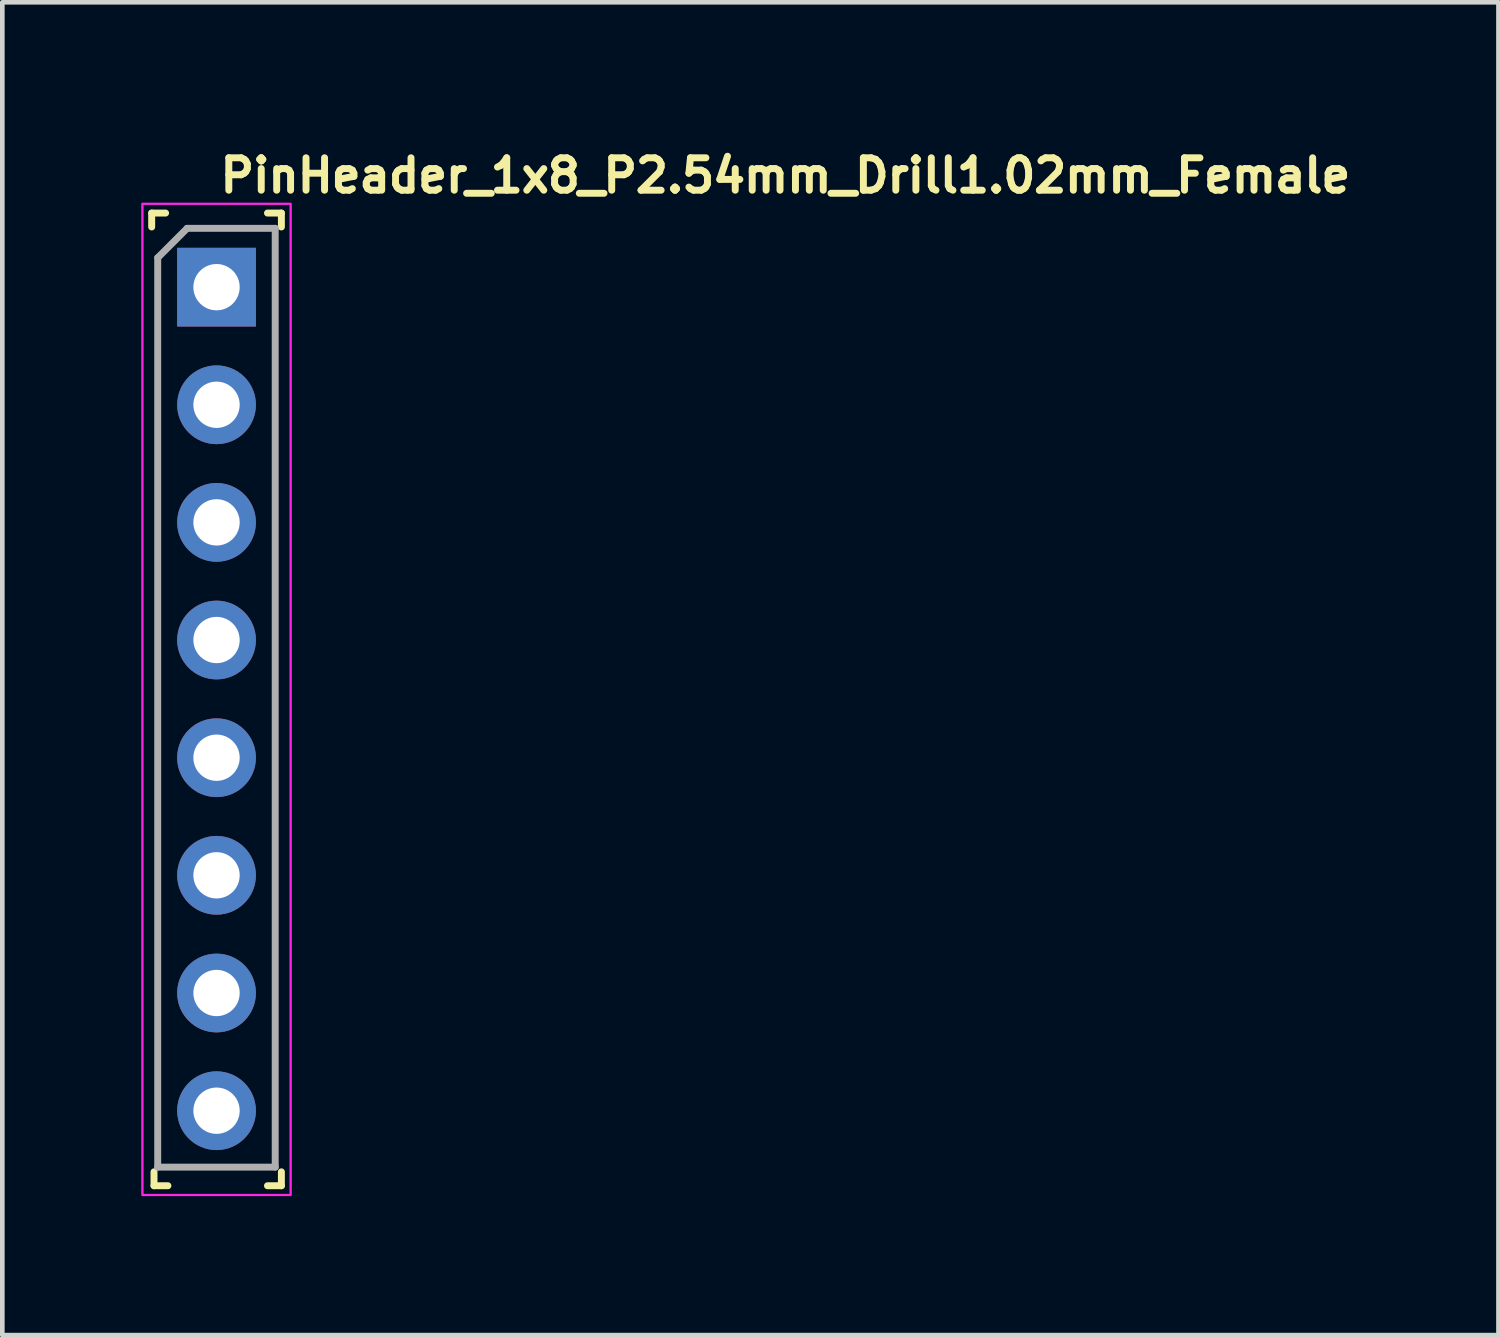
<source format=kicad_pcb>
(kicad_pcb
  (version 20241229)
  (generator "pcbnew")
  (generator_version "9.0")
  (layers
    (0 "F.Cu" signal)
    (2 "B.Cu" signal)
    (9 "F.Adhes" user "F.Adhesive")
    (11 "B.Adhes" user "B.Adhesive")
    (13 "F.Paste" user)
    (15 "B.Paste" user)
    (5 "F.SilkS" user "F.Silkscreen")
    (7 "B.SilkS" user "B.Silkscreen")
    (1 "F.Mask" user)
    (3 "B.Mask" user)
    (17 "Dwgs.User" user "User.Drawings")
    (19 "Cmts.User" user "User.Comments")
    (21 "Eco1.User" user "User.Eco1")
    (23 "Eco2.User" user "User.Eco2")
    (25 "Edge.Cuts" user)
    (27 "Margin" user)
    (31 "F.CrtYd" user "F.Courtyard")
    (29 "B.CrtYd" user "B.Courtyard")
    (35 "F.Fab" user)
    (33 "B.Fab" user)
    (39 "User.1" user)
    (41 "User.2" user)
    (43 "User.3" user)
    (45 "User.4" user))
  (footprint "PinHeader_1x8_P2.54mm_Drill1.02mm_Female"
    (layer "F.Cu")
    (at 1.625 3.15)
    (property "Reference" "PinHeader_1x8_P2.54mm_Drill1.02mm_Female" (at 0 -2 0) (layer "F.SilkS") (effects (font (size 0.7 0.7) (thickness 0.15)) (justify left bottom)))
    (attr through_hole)
    (fp_line (start -1.4 -1.6) (end -1.4 -1.3) (stroke (width 0.15) (type solid)) (layer "F.SilkS"))
    (fp_line (start -1.4 -1.6) (end -1.1 -1.6) (stroke (width 0.15) (type solid)) (layer "F.SilkS"))
    (fp_line (start -1.35 19.4) (end -1.35 19.1) (stroke (width 0.15) (type solid)) (layer "F.SilkS"))
    (fp_line (start -1.35 19.4) (end -1.05 19.4) (stroke (width 0.15) (type solid)) (layer "F.SilkS"))
    (fp_line (start 1.4 -1.6) (end 1.1 -1.6) (stroke (width 0.15) (type solid)) (layer "F.SilkS"))
    (fp_line (start 1.4 -1.6) (end 1.4 -1.3) (stroke (width 0.15) (type solid)) (layer "F.SilkS"))
    (fp_line (start 1.4 19.4) (end 1.1 19.4) (stroke (width 0.15) (type solid)) (layer "F.SilkS"))
    (fp_line (start 1.4 19.4) (end 1.4 19.1) (stroke (width 0.15) (type solid)) (layer "F.SilkS"))
    (fp_rect (start -1.6 -1.8) (end 1.6 19.6) (stroke (width 0.05) (type solid)) (fill no) (layer "F.CrtYd"))
    (fp_line (start -1.27 -0.635) (end -0.635 -1.27) (stroke (width 0.15) (type solid)) (layer "F.Fab"))
    (fp_line (start -1.27 18.998) (end -1.27 -0.635) (stroke (width 0.15) (type solid)) (layer "F.Fab"))
    (fp_line (start -0.635 -1.27) (end 1.267 -1.27) (stroke (width 0.15) (type solid)) (layer "F.Fab"))
    (fp_line (start 1.267 -1.27) (end 1.267 18.998) (stroke (width 0.15) (type solid)) (layer "F.Fab"))
    (fp_line (start 1.267 18.998) (end -1.27 18.998) (stroke (width 0.15) (type solid)) (layer "F.Fab"))
    (fp_rect (start -1.27 -1.524) (end 1.269 19.304) (stroke (width 0.1) (type solid)) (fill no) (layer "User.5"))
    (fp_line (start -1.27 -1.524) (end -1.27 19.304) (stroke (width 0.02) (type solid)) (layer "User.9"))
    (fp_line (start -1.27 19.304) (end 1.269 19.304) (stroke (width 0.02) (type solid)) (layer "User.9"))
    (fp_line (start -0.762 -0.762) (end 0.76 -0.762) (stroke (width 0.02) (type solid)) (layer "User.9"))
    (fp_line (start -0.762 0.76) (end -0.762 -0.762) (stroke (width 0.02) (type solid)) (layer "User.9"))
    (fp_line (start -0.762 0.76) (end -0.381 0.379) (stroke (width 0.02) (type solid)) (layer "User.9"))
    (fp_line (start -0.762 1.777) (end 0.76 1.777) (stroke (width 0.02) (type solid)) (layer "User.9"))
    (fp_line (start -0.762 3.301) (end -0.762 1.777) (stroke (width 0.02) (type solid)) (layer "User.9"))
    (fp_line (start -0.762 3.301) (end -0.381 2.919) (stroke (width 0.02) (type solid)) (layer "User.9"))
    (fp_line (start -0.762 4.317) (end 0.76 4.317) (stroke (width 0.02) (type solid)) (layer "User.9"))
    (fp_line (start -0.762 5.841) (end -0.762 4.317) (stroke (width 0.02) (type solid)) (layer "User.9"))
    (fp_line (start -0.762 5.841) (end -0.381 5.461) (stroke (width 0.02) (type solid)) (layer "User.9"))
    (fp_line (start -0.762 6.857) (end 0.76 6.857) (stroke (width 0.02) (type solid)) (layer "User.9"))
    (fp_line (start -0.762 8.381) (end -0.762 6.857) (stroke (width 0.02) (type solid)) (layer "User.9"))
    (fp_line (start -0.762 8.381) (end -0.381 7.999) (stroke (width 0.02) (type solid)) (layer "User.9"))
    (fp_line (start -0.762 9.397) (end 0.76 9.397) (stroke (width 0.02) (type solid)) (layer "User.9"))
    (fp_line (start -0.762 10.922) (end -0.762 9.397) (stroke (width 0.02) (type solid)) (layer "User.9"))
    (fp_line (start -0.762 10.922) (end -0.381 10.541) (stroke (width 0.02) (type solid)) (layer "User.9"))
    (fp_line (start -0.762 11.938) (end 0.76 11.938) (stroke (width 0.02) (type solid)) (layer "User.9"))
    (fp_line (start -0.762 13.461) (end -0.762 11.938) (stroke (width 0.02) (type solid)) (layer "User.9"))
    (fp_line (start -0.762 13.461) (end -0.381 13.079) (stroke (width 0.02) (type solid)) (layer "User.9"))
    (fp_line (start -0.762 14.477) (end 0.76 14.477) (stroke (width 0.02) (type solid)) (layer "User.9"))
    (fp_line (start -0.762 16.001) (end -0.762 14.477) (stroke (width 0.02) (type solid)) (layer "User.9"))
    (fp_line (start -0.762 16.001) (end -0.381 15.621) (stroke (width 0.02) (type solid)) (layer "User.9"))
    (fp_line (start -0.762 17.018) (end -0.381 17.399) (stroke (width 0.02) (type solid)) (layer "User.9"))
    (fp_line (start -0.762 17.018) (end 0.76 17.018) (stroke (width 0.02) (type solid)) (layer "User.9"))
    (fp_line (start -0.762 18.542) (end -0.762 17.018) (stroke (width 0.02) (type solid)) (layer "User.9"))
    (fp_line (start -0.762 18.542) (end -0.381 18.159) (stroke (width 0.02) (type solid)) (layer "User.9"))
    (fp_line (start -0.381 -0.381) (end -0.762 -0.762) (stroke (width 0.02) (type solid)) (layer "User.9"))
    (fp_line (start -0.381 -0.381) (end -0.381 0.379) (stroke (width 0.02) (type solid)) (layer "User.9"))
    (fp_line (start -0.381 0.379) (end 0.379 0.379) (stroke (width 0.02) (type solid)) (layer "User.9"))
    (fp_line (start -0.381 2.157) (end -0.762 1.777) (stroke (width 0.02) (type solid)) (layer "User.9"))
    (fp_line (start -0.381 2.157) (end -0.381 2.919) (stroke (width 0.02) (type solid)) (layer "User.9"))
    (fp_line (start -0.381 2.919) (end 0.379 2.919) (stroke (width 0.02) (type solid)) (layer "User.9"))
    (fp_line (start -0.381 4.698) (end -0.762 4.317) (stroke (width 0.02) (type solid)) (layer "User.9"))
    (fp_line (start -0.381 4.698) (end -0.381 5.461) (stroke (width 0.02) (type solid)) (layer "User.9"))
    (fp_line (start -0.381 5.461) (end 0.379 5.461) (stroke (width 0.02) (type solid)) (layer "User.9"))
    (fp_line (start -0.381 7.238) (end -0.762 6.857) (stroke (width 0.02) (type solid)) (layer "User.9"))
    (fp_line (start -0.381 7.238) (end -0.381 7.999) (stroke (width 0.02) (type solid)) (layer "User.9"))
    (fp_line (start -0.381 7.999) (end 0.379 7.999) (stroke (width 0.02) (type solid)) (layer "User.9"))
    (fp_line (start -0.381 9.778) (end -0.762 9.397) (stroke (width 0.02) (type solid)) (layer "User.9"))
    (fp_line (start -0.381 9.778) (end -0.381 10.541) (stroke (width 0.02) (type solid)) (layer "User.9"))
    (fp_line (start -0.381 10.541) (end 0.379 10.541) (stroke (width 0.02) (type solid)) (layer "User.9"))
    (fp_line (start -0.381 12.319) (end -0.762 11.938) (stroke (width 0.02) (type solid)) (layer "User.9"))
    (fp_line (start -0.381 12.319) (end -0.381 13.079) (stroke (width 0.02) (type solid)) (layer "User.9"))
    (fp_line (start -0.381 13.079) (end 0.379 13.079) (stroke (width 0.02) (type solid)) (layer "User.9"))
    (fp_line (start -0.381 14.858) (end -0.762 14.477) (stroke (width 0.02) (type solid)) (layer "User.9"))
    (fp_line (start -0.381 14.858) (end -0.381 15.621) (stroke (width 0.02) (type solid)) (layer "User.9"))
    (fp_line (start -0.381 15.621) (end 0.379 15.621) (stroke (width 0.02) (type solid)) (layer "User.9"))
    (fp_line (start -0.381 17.399) (end -0.381 18.159) (stroke (width 0.02) (type solid)) (layer "User.9"))
    (fp_line (start -0.381 18.159) (end 0.379 18.159) (stroke (width 0.02) (type solid)) (layer "User.9"))
    (fp_line (start -0.205 -0.381) (end -0.205 -0.103) (stroke (width 0.02) (type solid)) (layer "User.9"))
    (fp_line (start -0.205 -0.103) (end -0.205 0.101) (stroke (width 0.02) (type solid)) (layer "User.9"))
    (fp_line (start -0.205 0.101) (end -0.205 0.379) (stroke (width 0.02) (type solid)) (layer "User.9"))
    (fp_line (start -0.205 2.157) (end -0.205 2.438) (stroke (width 0.02) (type solid)) (layer "User.9"))
    (fp_line (start -0.205 2.438) (end -0.205 2.64) (stroke (width 0.02) (type solid)) (layer "User.9"))
    (fp_line (start -0.205 2.64) (end -0.205 2.919) (stroke (width 0.02) (type solid)) (layer "User.9"))
    (fp_line (start -0.205 4.698) (end -0.205 4.977) (stroke (width 0.02) (type solid)) (layer "User.9"))
    (fp_line (start -0.205 4.977) (end -0.205 5.18) (stroke (width 0.02) (type solid)) (layer "User.9"))
    (fp_line (start -0.205 5.18) (end -0.205 5.461) (stroke (width 0.02) (type solid)) (layer "User.9"))
    (fp_line (start -0.205 7.238) (end -0.205 7.517) (stroke (width 0.02) (type solid)) (layer "User.9"))
    (fp_line (start -0.205 7.517) (end -0.205 7.72) (stroke (width 0.02) (type solid)) (layer "User.9"))
    (fp_line (start -0.205 7.72) (end -0.205 7.999) (stroke (width 0.02) (type solid)) (layer "User.9"))
    (fp_line (start -0.205 9.778) (end -0.205 10.057) (stroke (width 0.02) (type solid)) (layer "User.9"))
    (fp_line (start -0.205 10.057) (end -0.205 10.261) (stroke (width 0.02) (type solid)) (layer "User.9"))
    (fp_line (start -0.205 10.261) (end -0.205 10.541) (stroke (width 0.02) (type solid)) (layer "User.9"))
    (fp_line (start -0.205 12.319) (end -0.205 12.598) (stroke (width 0.02) (type solid)) (layer "User.9"))
    (fp_line (start -0.205 12.598) (end -0.205 12.8) (stroke (width 0.02) (type solid)) (layer "User.9"))
    (fp_line (start -0.205 12.8) (end -0.205 13.079) (stroke (width 0.02) (type solid)) (layer "User.9"))
    (fp_line (start -0.205 14.858) (end -0.205 15.137) (stroke (width 0.02) (type solid)) (layer "User.9"))
    (fp_line (start -0.205 15.137) (end -0.205 15.341) (stroke (width 0.02) (type solid)) (layer "User.9"))
    (fp_line (start -0.205 15.341) (end -0.205 15.621) (stroke (width 0.02) (type solid)) (layer "User.9"))
    (fp_line (start -0.205 17.399) (end -0.205 17.678) (stroke (width 0.02) (type solid)) (layer "User.9"))
    (fp_line (start -0.205 17.678) (end -0.205 17.88) (stroke (width 0.02) (type solid)) (layer "User.9"))
    (fp_line (start -0.205 17.88) (end -0.205 18.159) (stroke (width 0.02) (type solid)) (layer "User.9"))
    (fp_line (start 0.203 -0.381) (end 0.203 -0.103) (stroke (width 0.02) (type solid)) (layer "User.9"))
    (fp_line (start 0.203 -0.103) (end -0.205 -0.103) (stroke (width 0.02) (type solid)) (layer "User.9"))
    (fp_line (start 0.203 -0.103) (end 0.203 0.101) (stroke (width 0.02) (type solid)) (layer "User.9"))
    (fp_line (start 0.203 0.101) (end -0.205 0.101) (stroke (width 0.02) (type solid)) (layer "User.9"))
    (fp_line (start 0.203 0.101) (end 0.203 0.379) (stroke (width 0.02) (type solid)) (layer "User.9"))
    (fp_line (start 0.203 2.157) (end 0.203 2.438) (stroke (width 0.02) (type solid)) (layer "User.9"))
    (fp_line (start 0.203 2.438) (end -0.205 2.438) (stroke (width 0.02) (type solid)) (layer "User.9"))
    (fp_line (start 0.203 2.438) (end 0.203 2.64) (stroke (width 0.02) (type solid)) (layer "User.9"))
    (fp_line (start 0.203 2.64) (end -0.205 2.64) (stroke (width 0.02) (type solid)) (layer "User.9"))
    (fp_line (start 0.203 2.64) (end 0.203 2.919) (stroke (width 0.02) (type solid)) (layer "User.9"))
    (fp_line (start 0.203 4.698) (end 0.203 4.977) (stroke (width 0.02) (type solid)) (layer "User.9"))
    (fp_line (start 0.203 4.977) (end -0.205 4.977) (stroke (width 0.02) (type solid)) (layer "User.9"))
    (fp_line (start 0.203 4.977) (end 0.203 5.18) (stroke (width 0.02) (type solid)) (layer "User.9"))
    (fp_line (start 0.203 5.18) (end -0.205 5.18) (stroke (width 0.02) (type solid)) (layer "User.9"))
    (fp_line (start 0.203 5.18) (end 0.203 5.461) (stroke (width 0.02) (type solid)) (layer "User.9"))
    (fp_line (start 0.203 7.238) (end 0.203 7.517) (stroke (width 0.02) (type solid)) (layer "User.9"))
    (fp_line (start 0.203 7.517) (end -0.205 7.517) (stroke (width 0.02) (type solid)) (layer "User.9"))
    (fp_line (start 0.203 7.517) (end 0.203 7.72) (stroke (width 0.02) (type solid)) (layer "User.9"))
    (fp_line (start 0.203 7.72) (end -0.205 7.72) (stroke (width 0.02) (type solid)) (layer "User.9"))
    (fp_line (start 0.203 7.72) (end 0.203 7.999) (stroke (width 0.02) (type solid)) (layer "User.9"))
    (fp_line (start 0.203 9.778) (end 0.203 10.057) (stroke (width 0.02) (type solid)) (layer "User.9"))
    (fp_line (start 0.203 10.057) (end -0.205 10.057) (stroke (width 0.02) (type solid)) (layer "User.9"))
    (fp_line (start 0.203 10.057) (end 0.203 10.261) (stroke (width 0.02) (type solid)) (layer "User.9"))
    (fp_line (start 0.203 10.261) (end -0.205 10.261) (stroke (width 0.02) (type solid)) (layer "User.9"))
    (fp_line (start 0.203 10.261) (end 0.203 10.541) (stroke (width 0.02) (type solid)) (layer "User.9"))
    (fp_line (start 0.203 12.319) (end 0.203 12.598) (stroke (width 0.02) (type solid)) (layer "User.9"))
    (fp_line (start 0.203 12.598) (end -0.205 12.598) (stroke (width 0.02) (type solid)) (layer "User.9"))
    (fp_line (start 0.203 12.598) (end 0.203 12.8) (stroke (width 0.02) (type solid)) (layer "User.9"))
    (fp_line (start 0.203 12.8) (end -0.205 12.8) (stroke (width 0.02) (type solid)) (layer "User.9"))
    (fp_line (start 0.203 12.8) (end 0.203 13.079) (stroke (width 0.02) (type solid)) (layer "User.9"))
    (fp_line (start 0.203 14.858) (end 0.203 15.137) (stroke (width 0.02) (type solid)) (layer "User.9"))
    (fp_line (start 0.203 15.137) (end -0.205 15.137) (stroke (width 0.02) (type solid)) (layer "User.9"))
    (fp_line (start 0.203 15.137) (end 0.203 15.341) (stroke (width 0.02) (type solid)) (layer "User.9"))
    (fp_line (start 0.203 15.341) (end -0.205 15.341) (stroke (width 0.02) (type solid)) (layer "User.9"))
    (fp_line (start 0.203 15.341) (end 0.203 15.621) (stroke (width 0.02) (type solid)) (layer "User.9"))
    (fp_line (start 0.203 17.399) (end 0.203 17.678) (stroke (width 0.02) (type solid)) (layer "User.9"))
    (fp_line (start 0.203 17.678) (end -0.205 17.678) (stroke (width 0.02) (type solid)) (layer "User.9"))
    (fp_line (start 0.203 17.678) (end 0.203 17.88) (stroke (width 0.02) (type solid)) (layer "User.9"))
    (fp_line (start 0.203 17.88) (end -0.205 17.88) (stroke (width 0.02) (type solid)) (layer "User.9"))
    (fp_line (start 0.203 17.88) (end 0.203 18.159) (stroke (width 0.02) (type solid)) (layer "User.9"))
    (fp_line (start 0.379 -0.381) (end -0.381 -0.381) (stroke (width 0.02) (type solid)) (layer "User.9"))
    (fp_line (start 0.379 -0.381) (end 0.76 -0.762) (stroke (width 0.02) (type solid)) (layer "User.9"))
    (fp_line (start 0.379 0.379) (end 0.379 -0.381) (stroke (width 0.02) (type solid)) (layer "User.9"))
    (fp_line (start 0.379 2.157) (end -0.381 2.157) (stroke (width 0.02) (type solid)) (layer "User.9"))
    (fp_line (start 0.379 2.157) (end 0.76 1.777) (stroke (width 0.02) (type solid)) (layer "User.9"))
    (fp_line (start 0.379 2.919) (end 0.379 2.157) (stroke (width 0.02) (type solid)) (layer "User.9"))
    (fp_line (start 0.379 4.698) (end -0.381 4.698) (stroke (width 0.02) (type solid)) (layer "User.9"))
    (fp_line (start 0.379 4.698) (end 0.76 4.317) (stroke (width 0.02) (type solid)) (layer "User.9"))
    (fp_line (start 0.379 5.461) (end 0.379 4.698) (stroke (width 0.02) (type solid)) (layer "User.9"))
    (fp_line (start 0.379 7.238) (end -0.381 7.238) (stroke (width 0.02) (type solid)) (layer "User.9"))
    (fp_line (start 0.379 7.238) (end 0.76 6.857) (stroke (width 0.02) (type solid)) (layer "User.9"))
    (fp_line (start 0.379 7.999) (end 0.379 7.238) (stroke (width 0.02) (type solid)) (layer "User.9"))
    (fp_line (start 0.379 9.778) (end -0.381 9.778) (stroke (width 0.02) (type solid)) (layer "User.9"))
    (fp_line (start 0.379 9.778) (end 0.76 9.397) (stroke (width 0.02) (type solid)) (layer "User.9"))
    (fp_line (start 0.379 10.541) (end 0.379 9.778) (stroke (width 0.02) (type solid)) (layer "User.9"))
    (fp_line (start 0.379 12.319) (end -0.381 12.319) (stroke (width 0.02) (type solid)) (layer "User.9"))
    (fp_line (start 0.379 12.319) (end 0.76 11.938) (stroke (width 0.02) (type solid)) (layer "User.9"))
    (fp_line (start 0.379 13.079) (end 0.379 12.319) (stroke (width 0.02) (type solid)) (layer "User.9"))
    (fp_line (start 0.379 14.858) (end -0.381 14.858) (stroke (width 0.02) (type solid)) (layer "User.9"))
    (fp_line (start 0.379 14.858) (end 0.76 14.477) (stroke (width 0.02) (type solid)) (layer "User.9"))
    (fp_line (start 0.379 15.621) (end 0.379 14.858) (stroke (width 0.02) (type solid)) (layer "User.9"))
    (fp_line (start 0.379 17.399) (end -0.381 17.399) (stroke (width 0.02) (type solid)) (layer "User.9"))
    (fp_line (start 0.379 17.399) (end 0.76 17.018) (stroke (width 0.02) (type solid)) (layer "User.9"))
    (fp_line (start 0.379 18.159) (end 0.379 17.399) (stroke (width 0.02) (type solid)) (layer "User.9"))
    (fp_line (start 0.379 18.159) (end 0.76 18.542) (stroke (width 0.02) (type solid)) (layer "User.9"))
    (fp_line (start 0.76 -0.762) (end 0.76 0.76) (stroke (width 0.02) (type solid)) (layer "User.9"))
    (fp_line (start 0.76 0.76) (end -0.762 0.76) (stroke (width 0.02) (type solid)) (layer "User.9"))
    (fp_line (start 0.76 0.76) (end 0.379 0.379) (stroke (width 0.02) (type solid)) (layer "User.9"))
    (fp_line (start 0.76 1.777) (end 0.76 3.301) (stroke (width 0.02) (type solid)) (layer "User.9"))
    (fp_line (start 0.76 3.301) (end -0.762 3.301) (stroke (width 0.02) (type solid)) (layer "User.9"))
    (fp_line (start 0.76 3.301) (end 0.379 2.919) (stroke (width 0.02) (type solid)) (layer "User.9"))
    (fp_line (start 0.76 4.317) (end 0.76 5.841) (stroke (width 0.02) (type solid)) (layer "User.9"))
    (fp_line (start 0.76 5.841) (end -0.762 5.841) (stroke (width 0.02) (type solid)) (layer "User.9"))
    (fp_line (start 0.76 5.841) (end 0.379 5.461) (stroke (width 0.02) (type solid)) (layer "User.9"))
    (fp_line (start 0.76 6.857) (end 0.76 8.381) (stroke (width 0.02) (type solid)) (layer "User.9"))
    (fp_line (start 0.76 8.381) (end -0.762 8.381) (stroke (width 0.02) (type solid)) (layer "User.9"))
    (fp_line (start 0.76 8.381) (end 0.379 7.999) (stroke (width 0.02) (type solid)) (layer "User.9"))
    (fp_line (start 0.76 9.397) (end 0.76 10.922) (stroke (width 0.02) (type solid)) (layer "User.9"))
    (fp_line (start 0.76 10.922) (end -0.762 10.922) (stroke (width 0.02) (type solid)) (layer "User.9"))
    (fp_line (start 0.76 10.922) (end 0.379 10.541) (stroke (width 0.02) (type solid)) (layer "User.9"))
    (fp_line (start 0.76 11.938) (end 0.76 13.461) (stroke (width 0.02) (type solid)) (layer "User.9"))
    (fp_line (start 0.76 13.461) (end -0.762 13.461) (stroke (width 0.02) (type solid)) (layer "User.9"))
    (fp_line (start 0.76 13.461) (end 0.379 13.079) (stroke (width 0.02) (type solid)) (layer "User.9"))
    (fp_line (start 0.76 14.477) (end 0.76 16.001) (stroke (width 0.02) (type solid)) (layer "User.9"))
    (fp_line (start 0.76 16.001) (end -0.762 16.001) (stroke (width 0.02) (type solid)) (layer "User.9"))
    (fp_line (start 0.76 16.001) (end 0.379 15.621) (stroke (width 0.02) (type solid)) (layer "User.9"))
    (fp_line (start 0.76 17.018) (end 0.76 18.542) (stroke (width 0.02) (type solid)) (layer "User.9"))
    (fp_line (start 0.76 18.542) (end -0.762 18.542) (stroke (width 0.02) (type solid)) (layer "User.9"))
    (fp_line (start 1.269 -1.524) (end -1.27 -1.524) (stroke (width 0.02) (type solid)) (layer "User.9"))
    (fp_line (start 1.269 19.304) (end 1.269 -1.524) (stroke (width 0.02) (type solid)) (layer "User.9"))
    (pad "1" thru_hole rect (at 0 0) (size 1.7 1.7) (drill 1) (layers "*.Cu" "*.Mask"))
    (pad "2" thru_hole oval (at 0 2.539) (size 1.7 1.7) (drill 1) (layers "*.Cu" "*.Mask"))
    (pad "3" thru_hole oval (at 0 5.078) (size 1.7 1.7) (drill 1) (layers "*.Cu" "*.Mask"))
    (pad "4" thru_hole oval (at 0 7.618) (size 1.7 1.7) (drill 1) (layers "*.Cu" "*.Mask"))
    (pad "5" thru_hole oval (at 0 10.159) (size 1.7 1.7) (drill 1) (layers "*.Cu" "*.Mask"))
    (pad "6" thru_hole oval (at 0 12.698) (size 1.7 1.7) (drill 1) (layers "*.Cu" "*.Mask"))
    (pad "7" thru_hole oval (at 0 15.239) (size 1.7 1.7) (drill 1) (layers "*.Cu" "*.Mask"))
    (pad "8" thru_hole oval (at 0 17.78) (size 1.7 1.7) (drill 1) (layers "*.Cu" "*.Mask")))
  (gr_rect
    (start -3 -3)
    (end 29.302 25.775)
    (stroke (width 0.1) (type default))
    (fill no)
    (layer "Edge.Cuts")))
</source>
